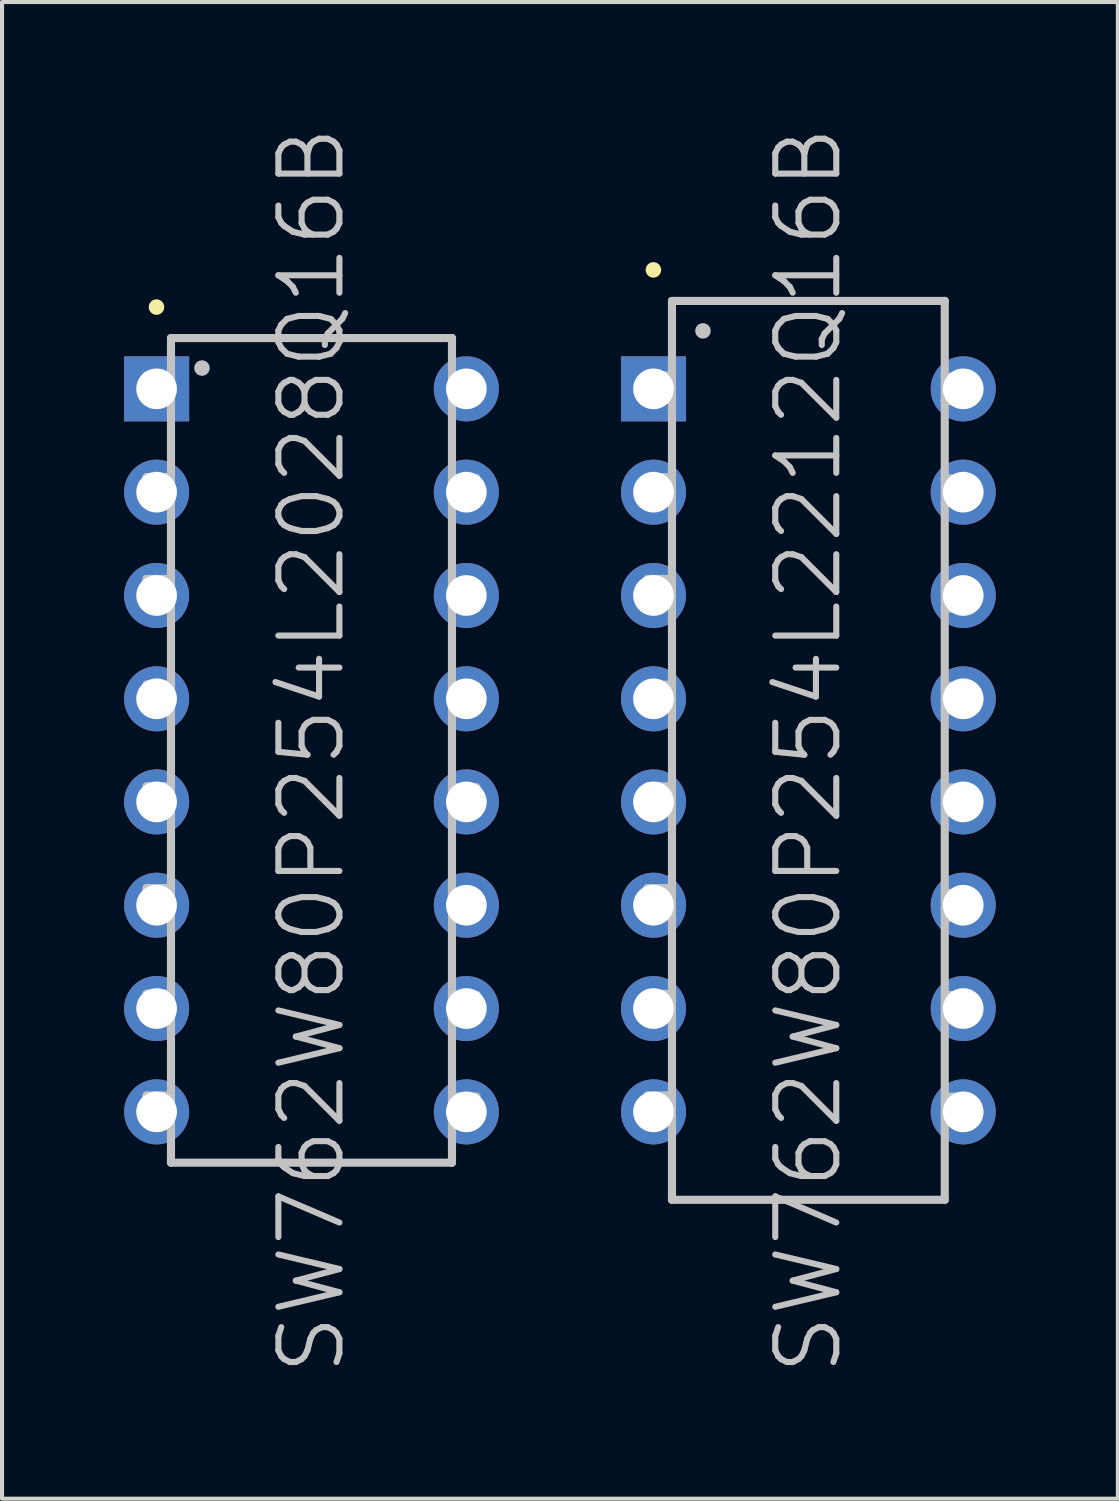
<source format=kicad_pcb>
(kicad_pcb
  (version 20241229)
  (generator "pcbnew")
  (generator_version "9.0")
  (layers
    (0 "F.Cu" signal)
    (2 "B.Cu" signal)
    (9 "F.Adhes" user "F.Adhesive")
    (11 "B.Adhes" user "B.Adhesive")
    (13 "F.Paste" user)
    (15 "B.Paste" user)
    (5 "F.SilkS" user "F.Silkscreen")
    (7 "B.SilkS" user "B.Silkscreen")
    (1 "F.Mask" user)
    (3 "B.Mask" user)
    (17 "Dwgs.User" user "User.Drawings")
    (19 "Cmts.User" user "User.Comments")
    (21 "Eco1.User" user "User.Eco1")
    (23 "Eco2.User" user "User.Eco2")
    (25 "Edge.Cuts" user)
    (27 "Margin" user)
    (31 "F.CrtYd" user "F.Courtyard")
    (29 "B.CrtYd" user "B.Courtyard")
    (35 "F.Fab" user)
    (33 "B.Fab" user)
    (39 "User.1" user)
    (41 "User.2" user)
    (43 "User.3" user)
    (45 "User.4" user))
  (footprint "SW762W80P254L2028Q16B"
    (layer "F.Cu")
    (at 4.607 15.396)
    (property "Reference" "SW762W80P254L2028Q16B" (at 0 0 90) (layer "Dwgs.User") (effects (font (size 1.5 1.5) (thickness 0.15))))
    (attr through_hole)
    (fp_line (start -3.81 -10.897) (end -3.81 -10.897) (stroke (width 0.381) (type solid)) (layer "F.SilkS"))
    (fp_line (start -4.054 -6.716) (end -4.054 -6.116) (stroke (width 0.2) (type solid)) (layer "Dwgs.User"))
    (fp_line (start -4.054 -6.116) (end -3.454 -6.116) (stroke (width 0.2) (type solid)) (layer "Dwgs.User"))
    (fp_line (start -4.054 -4.214) (end -4.054 -3.614) (stroke (width 0.2) (type solid)) (layer "Dwgs.User"))
    (fp_line (start -4.054 -3.614) (end -3.454 -3.614) (stroke (width 0.2) (type solid)) (layer "Dwgs.User"))
    (fp_line (start -4.054 0.884) (end -4.054 1.483) (stroke (width 0.2) (type solid)) (layer "Dwgs.User"))
    (fp_line (start -4.054 1.483) (end -3.454 1.483) (stroke (width 0.2) (type solid)) (layer "Dwgs.User"))
    (fp_line (start -4.054 3.386) (end -4.054 3.985) (stroke (width 0.2) (type solid)) (layer "Dwgs.User"))
    (fp_line (start -4.054 3.985) (end -3.454 3.985) (stroke (width 0.2) (type solid)) (layer "Dwgs.User"))
    (fp_line (start -4.054 8.484) (end -4.054 9.083) (stroke (width 0.2) (type solid)) (layer "Dwgs.User"))
    (fp_line (start -4.054 9.083) (end -3.454 9.083) (stroke (width 0.2) (type solid)) (layer "Dwgs.User"))
    (fp_line (start -4.051 -9.215) (end -4.051 -8.616) (stroke (width 0.2) (type solid)) (layer "Dwgs.User"))
    (fp_line (start -4.051 -8.616) (end -3.452 -8.616) (stroke (width 0.2) (type solid)) (layer "Dwgs.User"))
    (fp_line (start -4.051 -1.615) (end -4.051 -1.016) (stroke (width 0.2) (type solid)) (layer "Dwgs.User"))
    (fp_line (start -4.051 -1.016) (end -3.452 -1.016) (stroke (width 0.2) (type solid)) (layer "Dwgs.User"))
    (fp_line (start -4.051 5.984) (end -4.051 6.584) (stroke (width 0.2) (type solid)) (layer "Dwgs.User"))
    (fp_line (start -4.051 6.584) (end -3.452 6.584) (stroke (width 0.2) (type solid)) (layer "Dwgs.User"))
    (fp_line (start -3.454 -10.135) (end -3.454 10.135) (stroke (width 0.2) (type solid)) (layer "Dwgs.User"))
    (fp_line (start -3.454 -10.135) (end 3.454 -10.135) (stroke (width 0.2) (type solid)) (layer "Dwgs.User"))
    (fp_line (start -3.454 -6.716) (end -4.054 -6.716) (stroke (width 0.2) (type solid)) (layer "Dwgs.User"))
    (fp_line (start -3.454 -4.214) (end -4.054 -4.214) (stroke (width 0.2) (type solid)) (layer "Dwgs.User"))
    (fp_line (start -3.454 0.884) (end -4.054 0.884) (stroke (width 0.2) (type solid)) (layer "Dwgs.User"))
    (fp_line (start -3.454 3.386) (end -4.054 3.386) (stroke (width 0.2) (type solid)) (layer "Dwgs.User"))
    (fp_line (start -3.454 8.484) (end -4.054 8.484) (stroke (width 0.2) (type solid)) (layer "Dwgs.User"))
    (fp_line (start -3.454 10.135) (end 3.454 10.135) (stroke (width 0.2) (type solid)) (layer "Dwgs.User"))
    (fp_line (start -3.452 -9.215) (end -4.051 -9.215) (stroke (width 0.2) (type solid)) (layer "Dwgs.User"))
    (fp_line (start -3.452 -1.615) (end -4.051 -1.615) (stroke (width 0.2) (type solid)) (layer "Dwgs.User"))
    (fp_line (start -3.452 5.984) (end -4.051 5.984) (stroke (width 0.2) (type solid)) (layer "Dwgs.User"))
    (fp_line (start -2.692 -9.398) (end -2.692 -9.398) (stroke (width 0.381) (type solid)) (layer "Dwgs.User"))
    (fp_line (start 3.454 -10.135) (end 3.454 10.135) (stroke (width 0.2) (type solid)) (layer "Dwgs.User"))
    (fp_line (start 3.454 -8.588) (end 4.054 -8.588) (stroke (width 0.2) (type solid)) (layer "Dwgs.User"))
    (fp_line (start 3.454 -6.088) (end 4.054 -6.088) (stroke (width 0.2) (type solid)) (layer "Dwgs.User"))
    (fp_line (start 3.454 -3.487) (end 4.054 -3.487) (stroke (width 0.2) (type solid)) (layer "Dwgs.User"))
    (fp_line (start 3.454 -0.988) (end 4.054 -0.988) (stroke (width 0.2) (type solid)) (layer "Dwgs.User"))
    (fp_line (start 3.454 1.511) (end 4.054 1.511) (stroke (width 0.2) (type solid)) (layer "Dwgs.User"))
    (fp_line (start 3.454 4.112) (end 4.054 4.112) (stroke (width 0.2) (type solid)) (layer "Dwgs.User"))
    (fp_line (start 3.454 6.612) (end 4.054 6.612) (stroke (width 0.2) (type solid)) (layer "Dwgs.User"))
    (fp_line (start 3.454 9.111) (end 4.054 9.111) (stroke (width 0.2) (type solid)) (layer "Dwgs.User"))
    (fp_line (start 4.054 -9.187) (end 3.454 -9.187) (stroke (width 0.2) (type solid)) (layer "Dwgs.User"))
    (fp_line (start 4.054 -8.588) (end 4.054 -9.187) (stroke (width 0.2) (type solid)) (layer "Dwgs.User"))
    (fp_line (start 4.054 -6.688) (end 3.454 -6.688) (stroke (width 0.2) (type solid)) (layer "Dwgs.User"))
    (fp_line (start 4.054 -6.088) (end 4.054 -6.688) (stroke (width 0.2) (type solid)) (layer "Dwgs.User"))
    (fp_line (start 4.054 -4.087) (end 3.454 -4.087) (stroke (width 0.2) (type solid)) (layer "Dwgs.User"))
    (fp_line (start 4.054 -3.487) (end 4.054 -4.087) (stroke (width 0.2) (type solid)) (layer "Dwgs.User"))
    (fp_line (start 4.054 -1.587) (end 3.454 -1.587) (stroke (width 0.2) (type solid)) (layer "Dwgs.User"))
    (fp_line (start 4.054 -0.988) (end 4.054 -1.587) (stroke (width 0.2) (type solid)) (layer "Dwgs.User"))
    (fp_line (start 4.054 0.912) (end 3.454 0.912) (stroke (width 0.2) (type solid)) (layer "Dwgs.User"))
    (fp_line (start 4.054 1.511) (end 4.054 0.912) (stroke (width 0.2) (type solid)) (layer "Dwgs.User"))
    (fp_line (start 4.054 3.513) (end 3.454 3.513) (stroke (width 0.2) (type solid)) (layer "Dwgs.User"))
    (fp_line (start 4.054 4.112) (end 4.054 3.513) (stroke (width 0.2) (type solid)) (layer "Dwgs.User"))
    (fp_line (start 4.054 6.012) (end 3.454 6.012) (stroke (width 0.2) (type solid)) (layer "Dwgs.User"))
    (fp_line (start 4.054 6.612) (end 4.054 6.012) (stroke (width 0.2) (type solid)) (layer "Dwgs.User"))
    (fp_line (start 4.054 8.512) (end 3.454 8.512) (stroke (width 0.2) (type solid)) (layer "Dwgs.User"))
    (fp_line (start 4.054 9.111) (end 4.054 8.512) (stroke (width 0.2) (type solid)) (layer "Dwgs.User"))
    (pad "1" thru_hole rect (at -3.807 -8.887 180) (size 1.6 1.6) (drill 1) (layers "*.Cu" "*.Mask"))
    (pad "2" thru_hole circle (at -3.807 -6.347 180) (size 1.6 1.6) (drill 1) (layers "*.Cu" "*.Mask"))
    (pad "3" thru_hole circle (at -3.807 -3.807 180) (size 1.6 1.6) (drill 1) (layers "*.Cu" "*.Mask"))
    (pad "4" thru_hole circle (at -3.807 -1.267 180) (size 1.6 1.6) (drill 1) (layers "*.Cu" "*.Mask"))
    (pad "5" thru_hole circle (at -3.807 1.267 180) (size 1.6 1.6) (drill 1) (layers "*.Cu" "*.Mask"))
    (pad "6" thru_hole circle (at -3.807 3.807 180) (size 1.6 1.6) (drill 1) (layers "*.Cu" "*.Mask"))
    (pad "7" thru_hole circle (at -3.807 6.347 180) (size 1.6 1.6) (drill 1) (layers "*.Cu" "*.Mask"))
    (pad "8" thru_hole circle (at -3.807 8.887 180) (size 1.6 1.6) (drill 1) (layers "*.Cu" "*.Mask"))
    (pad "9" thru_hole circle (at 3.807 8.887 180) (size 1.6 1.6) (drill 1) (layers "*.Cu" "*.Mask"))
    (pad "10" thru_hole circle (at 3.807 6.347 180) (size 1.6 1.6) (drill 1) (layers "*.Cu" "*.Mask"))
    (pad "11" thru_hole circle (at 3.807 3.807 180) (size 1.6 1.6) (drill 1) (layers "*.Cu" "*.Mask"))
    (pad "12" thru_hole circle (at 3.807 1.267 180) (size 1.6 1.6) (drill 1) (layers "*.Cu" "*.Mask"))
    (pad "13" thru_hole circle (at 3.807 -1.267 180) (size 1.6 1.6) (drill 1) (layers "*.Cu" "*.Mask"))
    (pad "14" thru_hole circle (at 3.807 -3.807 180) (size 1.6 1.6) (drill 1) (layers "*.Cu" "*.Mask"))
    (pad "15" thru_hole circle (at 3.807 -6.347 180) (size 1.6 1.6) (drill 1) (layers "*.Cu" "*.Mask"))
    (pad "16" thru_hole circle (at 3.807 -8.887 180) (size 1.6 1.6) (drill 1) (layers "*.Cu" "*.Mask")))
  (footprint "SW762W80P254L2212Q16B"
    (layer "F.Cu")
    (at 16.822 15.396)
    (property "Reference" "SW762W80P254L2212Q16B" (at 0 0 90) (layer "Dwgs.User") (effects (font (size 1.5 1.5) (thickness 0.15))))
    (attr through_hole)
    (fp_line (start -3.81 -11.811) (end -3.81 -11.811) (stroke (width 0.381) (type solid)) (layer "F.SilkS"))
    (fp_line (start -3.955 -6.716) (end -3.955 -6.116) (stroke (width 0.2) (type solid)) (layer "Dwgs.User"))
    (fp_line (start -3.955 -6.116) (end -3.355 -6.116) (stroke (width 0.2) (type solid)) (layer "Dwgs.User"))
    (fp_line (start -3.955 -4.214) (end -3.955 -3.614) (stroke (width 0.2) (type solid)) (layer "Dwgs.User"))
    (fp_line (start -3.955 -3.614) (end -3.355 -3.614) (stroke (width 0.2) (type solid)) (layer "Dwgs.User"))
    (fp_line (start -3.955 0.884) (end -3.955 1.483) (stroke (width 0.2) (type solid)) (layer "Dwgs.User"))
    (fp_line (start -3.955 1.483) (end -3.355 1.483) (stroke (width 0.2) (type solid)) (layer "Dwgs.User"))
    (fp_line (start -3.955 3.386) (end -3.955 3.985) (stroke (width 0.2) (type solid)) (layer "Dwgs.User"))
    (fp_line (start -3.955 3.985) (end -3.355 3.985) (stroke (width 0.2) (type solid)) (layer "Dwgs.User"))
    (fp_line (start -3.955 8.484) (end -3.955 9.083) (stroke (width 0.2) (type solid)) (layer "Dwgs.User"))
    (fp_line (start -3.955 9.083) (end -3.355 9.083) (stroke (width 0.2) (type solid)) (layer "Dwgs.User"))
    (fp_line (start -3.952 -9.215) (end -3.952 -8.616) (stroke (width 0.2) (type solid)) (layer "Dwgs.User"))
    (fp_line (start -3.952 -8.616) (end -3.353 -8.616) (stroke (width 0.2) (type solid)) (layer "Dwgs.User"))
    (fp_line (start -3.952 -1.615) (end -3.952 -1.016) (stroke (width 0.2) (type solid)) (layer "Dwgs.User"))
    (fp_line (start -3.952 -1.016) (end -3.353 -1.016) (stroke (width 0.2) (type solid)) (layer "Dwgs.User"))
    (fp_line (start -3.952 5.984) (end -3.952 6.584) (stroke (width 0.2) (type solid)) (layer "Dwgs.User"))
    (fp_line (start -3.952 6.584) (end -3.353 6.584) (stroke (width 0.2) (type solid)) (layer "Dwgs.User"))
    (fp_line (start -3.355 -6.716) (end -3.955 -6.716) (stroke (width 0.2) (type solid)) (layer "Dwgs.User"))
    (fp_line (start -3.355 -4.214) (end -3.955 -4.214) (stroke (width 0.2) (type solid)) (layer "Dwgs.User"))
    (fp_line (start -3.355 0.884) (end -3.955 0.884) (stroke (width 0.2) (type solid)) (layer "Dwgs.User"))
    (fp_line (start -3.355 3.386) (end -3.955 3.386) (stroke (width 0.2) (type solid)) (layer "Dwgs.User"))
    (fp_line (start -3.355 8.484) (end -3.955 8.484) (stroke (width 0.2) (type solid)) (layer "Dwgs.User"))
    (fp_line (start -3.353 -11.049) (end -3.353 11.049) (stroke (width 0.2) (type solid)) (layer "Dwgs.User"))
    (fp_line (start -3.353 -11.049) (end 3.353 -11.049) (stroke (width 0.2) (type solid)) (layer "Dwgs.User"))
    (fp_line (start -3.353 -9.215) (end -3.952 -9.215) (stroke (width 0.2) (type solid)) (layer "Dwgs.User"))
    (fp_line (start -3.353 -1.615) (end -3.952 -1.615) (stroke (width 0.2) (type solid)) (layer "Dwgs.User"))
    (fp_line (start -3.353 5.984) (end -3.952 5.984) (stroke (width 0.2) (type solid)) (layer "Dwgs.User"))
    (fp_line (start -3.353 11.049) (end 3.353 11.049) (stroke (width 0.2) (type solid)) (layer "Dwgs.User"))
    (fp_line (start -2.591 -10.312) (end -2.591 -10.312) (stroke (width 0.381) (type solid)) (layer "Dwgs.User"))
    (fp_line (start 3.353 -11.049) (end 3.353 11.049) (stroke (width 0.2) (type solid)) (layer "Dwgs.User"))
    (fp_line (start 3.353 -8.585) (end 3.952 -8.585) (stroke (width 0.2) (type solid)) (layer "Dwgs.User"))
    (fp_line (start 3.353 -6.086) (end 3.952 -6.086) (stroke (width 0.2) (type solid)) (layer "Dwgs.User"))
    (fp_line (start 3.353 -3.485) (end 3.952 -3.485) (stroke (width 0.2) (type solid)) (layer "Dwgs.User"))
    (fp_line (start 3.353 -0.986) (end 3.952 -0.986) (stroke (width 0.2) (type solid)) (layer "Dwgs.User"))
    (fp_line (start 3.353 1.514) (end 3.952 1.514) (stroke (width 0.2) (type solid)) (layer "Dwgs.User"))
    (fp_line (start 3.353 4.115) (end 3.952 4.115) (stroke (width 0.2) (type solid)) (layer "Dwgs.User"))
    (fp_line (start 3.353 6.614) (end 3.952 6.614) (stroke (width 0.2) (type solid)) (layer "Dwgs.User"))
    (fp_line (start 3.353 9.114) (end 3.952 9.114) (stroke (width 0.2) (type solid)) (layer "Dwgs.User"))
    (fp_line (start 3.952 -9.185) (end 3.353 -9.185) (stroke (width 0.2) (type solid)) (layer "Dwgs.User"))
    (fp_line (start 3.952 -8.585) (end 3.952 -9.185) (stroke (width 0.2) (type solid)) (layer "Dwgs.User"))
    (fp_line (start 3.952 -6.685) (end 3.353 -6.685) (stroke (width 0.2) (type solid)) (layer "Dwgs.User"))
    (fp_line (start 3.952 -6.086) (end 3.952 -6.685) (stroke (width 0.2) (type solid)) (layer "Dwgs.User"))
    (fp_line (start 3.952 -4.084) (end 3.353 -4.084) (stroke (width 0.2) (type solid)) (layer "Dwgs.User"))
    (fp_line (start 3.952 -3.485) (end 3.952 -4.084) (stroke (width 0.2) (type solid)) (layer "Dwgs.User"))
    (fp_line (start 3.952 -1.585) (end 3.353 -1.585) (stroke (width 0.2) (type solid)) (layer "Dwgs.User"))
    (fp_line (start 3.952 -0.986) (end 3.952 -1.585) (stroke (width 0.2) (type solid)) (layer "Dwgs.User"))
    (fp_line (start 3.952 0.914) (end 3.353 0.914) (stroke (width 0.2) (type solid)) (layer "Dwgs.User"))
    (fp_line (start 3.952 1.514) (end 3.952 0.914) (stroke (width 0.2) (type solid)) (layer "Dwgs.User"))
    (fp_line (start 3.952 3.515) (end 3.353 3.515) (stroke (width 0.2) (type solid)) (layer "Dwgs.User"))
    (fp_line (start 3.952 4.115) (end 3.952 3.515) (stroke (width 0.2) (type solid)) (layer "Dwgs.User"))
    (fp_line (start 3.952 6.015) (end 3.353 6.015) (stroke (width 0.2) (type solid)) (layer "Dwgs.User"))
    (fp_line (start 3.952 6.614) (end 3.952 6.015) (stroke (width 0.2) (type solid)) (layer "Dwgs.User"))
    (fp_line (start 3.952 8.514) (end 3.353 8.514) (stroke (width 0.2) (type solid)) (layer "Dwgs.User"))
    (fp_line (start 3.952 9.114) (end 3.952 8.514) (stroke (width 0.2) (type solid)) (layer "Dwgs.User"))
    (pad "1" thru_hole rect (at -3.807 -8.887 180) (size 1.6 1.6) (drill 1) (layers "*.Cu" "*.Mask"))
    (pad "2" thru_hole circle (at -3.807 -6.347 180) (size 1.6 1.6) (drill 1) (layers "*.Cu" "*.Mask"))
    (pad "3" thru_hole circle (at -3.807 -3.807 180) (size 1.6 1.6) (drill 1) (layers "*.Cu" "*.Mask"))
    (pad "4" thru_hole circle (at -3.807 -1.267 180) (size 1.6 1.6) (drill 1) (layers "*.Cu" "*.Mask"))
    (pad "5" thru_hole circle (at -3.807 1.267 180) (size 1.6 1.6) (drill 1) (layers "*.Cu" "*.Mask"))
    (pad "6" thru_hole circle (at -3.807 3.807 180) (size 1.6 1.6) (drill 1) (layers "*.Cu" "*.Mask"))
    (pad "7" thru_hole circle (at -3.807 6.347 180) (size 1.6 1.6) (drill 1) (layers "*.Cu" "*.Mask"))
    (pad "8" thru_hole circle (at -3.807 8.887 180) (size 1.6 1.6) (drill 1) (layers "*.Cu" "*.Mask"))
    (pad "9" thru_hole circle (at 3.807 8.887 180) (size 1.6 1.6) (drill 1) (layers "*.Cu" "*.Mask"))
    (pad "10" thru_hole circle (at 3.807 6.347 180) (size 1.6 1.6) (drill 1) (layers "*.Cu" "*.Mask"))
    (pad "11" thru_hole circle (at 3.807 3.807 180) (size 1.6 1.6) (drill 1) (layers "*.Cu" "*.Mask"))
    (pad "12" thru_hole circle (at 3.807 1.267 180) (size 1.6 1.6) (drill 1) (layers "*.Cu" "*.Mask"))
    (pad "13" thru_hole circle (at 3.807 -1.267 180) (size 1.6 1.6) (drill 1) (layers "*.Cu" "*.Mask"))
    (pad "14" thru_hole circle (at 3.807 -3.807 180) (size 1.6 1.6) (drill 1) (layers "*.Cu" "*.Mask"))
    (pad "15" thru_hole circle (at 3.807 -6.347 180) (size 1.6 1.6) (drill 1) (layers "*.Cu" "*.Mask"))
    (pad "16" thru_hole circle (at 3.807 -8.887 180) (size 1.6 1.6) (drill 1) (layers "*.Cu" "*.Mask")))
  (gr_rect
    (start -3 -3)
    (end 24.43 33.793)
    (stroke (width 0.1) (type default))
    (fill no)
    (layer "Edge.Cuts")))
</source>
